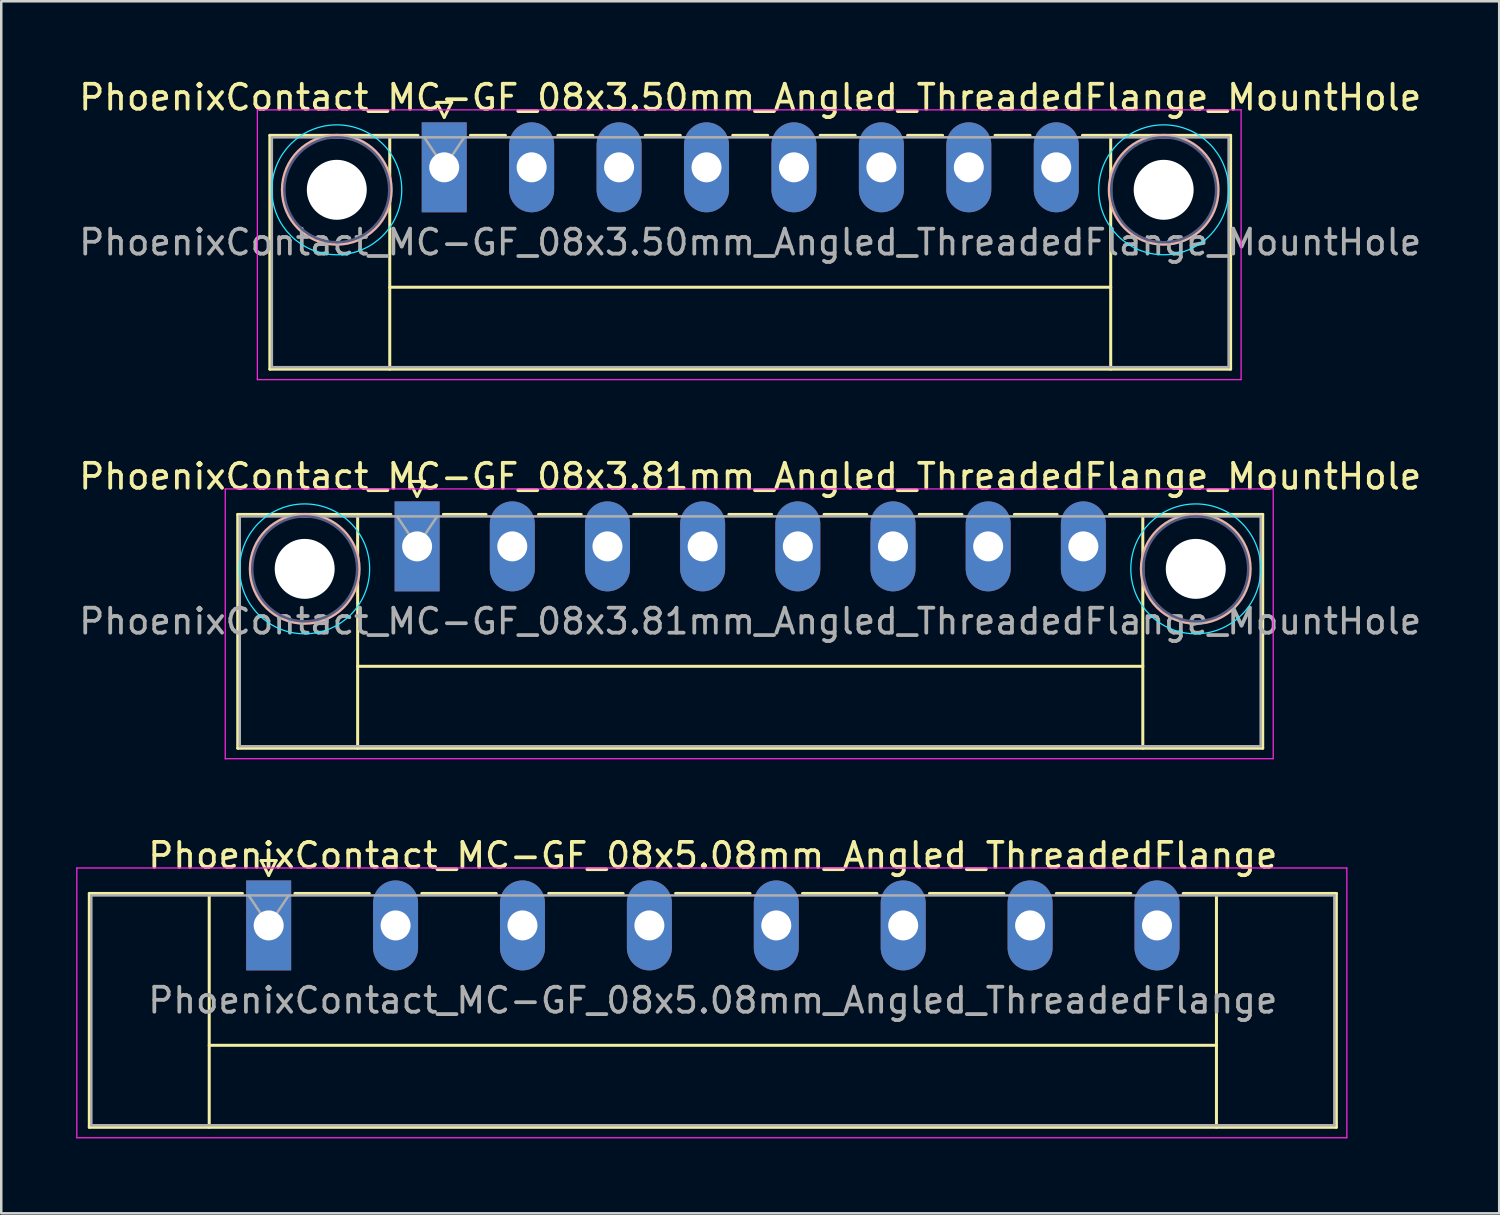
<source format=kicad_pcb>
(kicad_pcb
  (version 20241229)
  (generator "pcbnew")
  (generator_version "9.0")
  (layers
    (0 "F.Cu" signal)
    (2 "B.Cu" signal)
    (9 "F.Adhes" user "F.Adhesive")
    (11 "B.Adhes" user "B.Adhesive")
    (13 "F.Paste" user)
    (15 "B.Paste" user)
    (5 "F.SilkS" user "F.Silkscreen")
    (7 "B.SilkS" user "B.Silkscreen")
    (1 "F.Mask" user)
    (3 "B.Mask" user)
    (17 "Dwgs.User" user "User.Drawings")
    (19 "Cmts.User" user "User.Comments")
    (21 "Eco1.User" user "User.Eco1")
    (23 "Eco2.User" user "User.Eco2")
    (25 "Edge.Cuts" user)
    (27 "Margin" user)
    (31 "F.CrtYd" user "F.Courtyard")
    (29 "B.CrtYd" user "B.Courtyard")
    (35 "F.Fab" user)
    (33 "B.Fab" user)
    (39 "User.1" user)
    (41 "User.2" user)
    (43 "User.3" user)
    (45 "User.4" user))
  (footprint "PhoenixContact_MC-GF_08x3.50mm_Angled_ThreadedFlange_MountHole"
    (layer "F.Cu")
    (at 14.732 3.648)
    (property "Reference" "PhoenixContact_MC-GF_08x3.50mm_Angled_ThreadedFlange_MountHole" (at 12.25 -2.8 0) (layer "F.SilkS") (effects (font (size 1 1) (thickness 0.15))))
    (attr through_hole)
    (fp_line (start -6.98 -1.28) (end -6.98 8.08) (stroke (width 0.12) (type solid)) (layer "F.SilkS"))
    (fp_line (start -6.98 -1.28) (end -1.05 -1.28) (stroke (width 0.12) (type solid)) (layer "F.SilkS"))
    (fp_line (start -6.98 8.08) (end 31.48 8.08) (stroke (width 0.12) (type solid)) (layer "F.SilkS"))
    (fp_line (start -2.18 -1.28) (end -2.18 8.08) (stroke (width 0.12) (type solid)) (layer "F.SilkS"))
    (fp_line (start -2.18 4.8) (end 26.68 4.8) (stroke (width 0.12) (type solid)) (layer "F.SilkS"))
    (fp_line (start -0.3 -2.6) (end 0.3 -2.6) (stroke (width 0.12) (type solid)) (layer "F.SilkS"))
    (fp_line (start 0 -2) (end -0.3 -2.6) (stroke (width 0.12) (type solid)) (layer "F.SilkS"))
    (fp_line (start 0.3 -2.6) (end 0 -2) (stroke (width 0.12) (type solid)) (layer "F.SilkS"))
    (fp_line (start 1.05 -1.28) (end 2.45 -1.28) (stroke (width 0.12) (type solid)) (layer "F.SilkS"))
    (fp_line (start 4.55 -1.28) (end 5.95 -1.28) (stroke (width 0.12) (type solid)) (layer "F.SilkS"))
    (fp_line (start 8.05 -1.28) (end 9.45 -1.28) (stroke (width 0.12) (type solid)) (layer "F.SilkS"))
    (fp_line (start 11.55 -1.28) (end 12.95 -1.28) (stroke (width 0.12) (type solid)) (layer "F.SilkS"))
    (fp_line (start 15.05 -1.28) (end 16.45 -1.28) (stroke (width 0.12) (type solid)) (layer "F.SilkS"))
    (fp_line (start 18.55 -1.28) (end 19.95 -1.28) (stroke (width 0.12) (type solid)) (layer "F.SilkS"))
    (fp_line (start 22.05 -1.28) (end 23.45 -1.28) (stroke (width 0.12) (type solid)) (layer "F.SilkS"))
    (fp_line (start 26.68 -1.28) (end 26.68 8.08) (stroke (width 0.12) (type solid)) (layer "F.SilkS"))
    (fp_line (start 31.48 -1.28) (end 25.55 -1.28) (stroke (width 0.12) (type solid)) (layer "F.SilkS"))
    (fp_line (start 31.48 8.08) (end 31.48 -1.28) (stroke (width 0.12) (type solid)) (layer "F.SilkS"))
    (fp_circle (center -4.3 0.9) (end -2.12 0.9) (stroke (width 0.12) (type solid)) (fill no) (layer "B.SilkS"))
    (fp_circle (center 28.8 0.9) (end 30.98 0.9) (stroke (width 0.12) (type solid)) (fill no) (layer "B.SilkS"))
    (fp_circle (center -4.3 0.9) (end -1.7 0.9) (stroke (width 0.05) (type solid)) (fill no) (layer "B.CrtYd"))
    (fp_circle (center 28.8 0.9) (end 31.4 0.9) (stroke (width 0.05) (type solid)) (fill no) (layer "B.CrtYd"))
    (fp_line (start -7.48 -2.3) (end -7.48 8.5) (stroke (width 0.05) (type solid)) (layer "F.CrtYd"))
    (fp_line (start -7.48 8.5) (end 31.9 8.5) (stroke (width 0.05) (type solid)) (layer "F.CrtYd"))
    (fp_line (start 31.9 -2.3) (end -7.48 -2.3) (stroke (width 0.05) (type solid)) (layer "F.CrtYd"))
    (fp_line (start 31.9 8.5) (end 31.9 -2.3) (stroke (width 0.05) (type solid)) (layer "F.CrtYd"))
    (fp_circle (center -4.3 0.9) (end -2.2 0.9) (stroke (width 0.1) (type solid)) (fill no) (layer "B.Fab"))
    (fp_circle (center 28.8 0.9) (end 30.9 0.9) (stroke (width 0.1) (type solid)) (fill no) (layer "B.Fab"))
    (fp_line (start -6.9 -1.2) (end -6.9 8) (stroke (width 0.1) (type solid)) (layer "F.Fab"))
    (fp_line (start -6.9 8) (end 31.4 8) (stroke (width 0.1) (type solid)) (layer "F.Fab"))
    (fp_line (start 0 0) (end -0.8 -1.2) (stroke (width 0.1) (type solid)) (layer "F.Fab"))
    (fp_line (start 0.8 -1.2) (end 0 0) (stroke (width 0.1) (type solid)) (layer "F.Fab"))
    (fp_line (start 31.4 -1.2) (end -6.9 -1.2) (stroke (width 0.1) (type solid)) (layer "F.Fab"))
    (fp_line (start 31.4 8) (end 31.4 -1.2) (stroke (width 0.1) (type solid)) (layer "F.Fab"))
    (fp_text user "${REFERENCE}" (at 12.25 3 0) (layer "F.Fab") (effects (font (size 1 1) (thickness 0.15))))
    (pad "" np_thru_hole circle (at -4.3 0.9) (size 2.4 2.4) (drill 2.4) (layers "*.Cu" "*.Mask"))
    (pad "" np_thru_hole circle (at 28.8 0.9) (size 2.4 2.4) (drill 2.4) (layers "*.Cu" "*.Mask"))
    (pad "1" thru_hole rect (at 0 0) (size 1.8 3.6) (drill 1.2) (layers "*.Cu" "*.Mask"))
    (pad "2" thru_hole oval (at 3.5 0) (size 1.8 3.6) (drill 1.2) (layers "*.Cu" "*.Mask"))
    (pad "3" thru_hole oval (at 7 0) (size 1.8 3.6) (drill 1.2) (layers "*.Cu" "*.Mask"))
    (pad "4" thru_hole oval (at 10.5 0) (size 1.8 3.6) (drill 1.2) (layers "*.Cu" "*.Mask"))
    (pad "5" thru_hole oval (at 14 0) (size 1.8 3.6) (drill 1.2) (layers "*.Cu" "*.Mask"))
    (pad "6" thru_hole oval (at 17.5 0) (size 1.8 3.6) (drill 1.2) (layers "*.Cu" "*.Mask"))
    (pad "7" thru_hole oval (at 21 0) (size 1.8 3.6) (drill 1.2) (layers "*.Cu" "*.Mask"))
    (pad "8" thru_hole oval (at 24.5 0) (size 1.8 3.6) (drill 1.2) (layers "*.Cu" "*.Mask")))
  (footprint "PhoenixContact_MC-GF_08x5.08mm_Angled_ThreadedFlange"
    (layer "F.Cu")
    (at 7.705 33.995)
    (property "Reference" "PhoenixContact_MC-GF_08x5.08mm_Angled_ThreadedFlange" (at 17.78 -2.8 0) (layer "F.SilkS") (effects (font (size 1 1) (thickness 0.15))))
    (attr through_hole)
    (fp_line (start -7.18 -1.28) (end -7.18 8.08) (stroke (width 0.12) (type solid)) (layer "F.SilkS"))
    (fp_line (start -7.18 -1.28) (end -1.05 -1.28) (stroke (width 0.12) (type solid)) (layer "F.SilkS"))
    (fp_line (start -7.18 8.08) (end 42.74 8.08) (stroke (width 0.12) (type solid)) (layer "F.SilkS"))
    (fp_line (start -2.38 -1.28) (end -2.38 8.08) (stroke (width 0.12) (type solid)) (layer "F.SilkS"))
    (fp_line (start -2.38 4.8) (end 37.94 4.8) (stroke (width 0.12) (type solid)) (layer "F.SilkS"))
    (fp_line (start -0.3 -2.6) (end 0.3 -2.6) (stroke (width 0.12) (type solid)) (layer "F.SilkS"))
    (fp_line (start 0 -2) (end -0.3 -2.6) (stroke (width 0.12) (type solid)) (layer "F.SilkS"))
    (fp_line (start 0.3 -2.6) (end 0 -2) (stroke (width 0.12) (type solid)) (layer "F.SilkS"))
    (fp_line (start 1.05 -1.28) (end 4.03 -1.28) (stroke (width 0.12) (type solid)) (layer "F.SilkS"))
    (fp_line (start 6.13 -1.28) (end 9.11 -1.28) (stroke (width 0.12) (type solid)) (layer "F.SilkS"))
    (fp_line (start 11.21 -1.28) (end 14.19 -1.28) (stroke (width 0.12) (type solid)) (layer "F.SilkS"))
    (fp_line (start 16.29 -1.28) (end 19.27 -1.28) (stroke (width 0.12) (type solid)) (layer "F.SilkS"))
    (fp_line (start 21.37 -1.28) (end 24.35 -1.28) (stroke (width 0.12) (type solid)) (layer "F.SilkS"))
    (fp_line (start 26.45 -1.28) (end 29.43 -1.28) (stroke (width 0.12) (type solid)) (layer "F.SilkS"))
    (fp_line (start 31.53 -1.28) (end 34.51 -1.28) (stroke (width 0.12) (type solid)) (layer "F.SilkS"))
    (fp_line (start 37.94 -1.28) (end 37.94 8.08) (stroke (width 0.12) (type solid)) (layer "F.SilkS"))
    (fp_line (start 42.74 -1.28) (end 36.61 -1.28) (stroke (width 0.12) (type solid)) (layer "F.SilkS"))
    (fp_line (start 42.74 8.08) (end 42.74 -1.28) (stroke (width 0.12) (type solid)) (layer "F.SilkS"))
    (fp_line (start -7.68 -2.3) (end -7.68 8.5) (stroke (width 0.05) (type solid)) (layer "F.CrtYd"))
    (fp_line (start -7.68 8.5) (end 43.16 8.5) (stroke (width 0.05) (type solid)) (layer "F.CrtYd"))
    (fp_line (start 43.16 -2.3) (end -7.68 -2.3) (stroke (width 0.05) (type solid)) (layer "F.CrtYd"))
    (fp_line (start 43.16 8.5) (end 43.16 -2.3) (stroke (width 0.05) (type solid)) (layer "F.CrtYd"))
    (fp_line (start -7.1 -1.2) (end -7.1 8) (stroke (width 0.1) (type solid)) (layer "F.Fab"))
    (fp_line (start -7.1 8) (end 42.66 8) (stroke (width 0.1) (type solid)) (layer "F.Fab"))
    (fp_line (start 0 0) (end -0.8 -1.2) (stroke (width 0.1) (type solid)) (layer "F.Fab"))
    (fp_line (start 0.8 -1.2) (end 0 0) (stroke (width 0.1) (type solid)) (layer "F.Fab"))
    (fp_line (start 42.66 -1.2) (end -7.1 -1.2) (stroke (width 0.1) (type solid)) (layer "F.Fab"))
    (fp_line (start 42.66 8) (end 42.66 -1.2) (stroke (width 0.1) (type solid)) (layer "F.Fab"))
    (fp_text user "${REFERENCE}" (at 17.78 3 0) (layer "F.Fab") (effects (font (size 1 1) (thickness 0.15))))
    (pad "1" thru_hole rect (at 0 0) (size 1.8 3.6) (drill 1.2) (layers "*.Cu" "*.Mask"))
    (pad "2" thru_hole oval (at 5.08 0) (size 1.8 3.6) (drill 1.2) (layers "*.Cu" "*.Mask"))
    (pad "3" thru_hole oval (at 10.16 0) (size 1.8 3.6) (drill 1.2) (layers "*.Cu" "*.Mask"))
    (pad "4" thru_hole oval (at 15.24 0) (size 1.8 3.6) (drill 1.2) (layers "*.Cu" "*.Mask"))
    (pad "5" thru_hole oval (at 20.32 0) (size 1.8 3.6) (drill 1.2) (layers "*.Cu" "*.Mask"))
    (pad "6" thru_hole oval (at 25.4 0) (size 1.8 3.6) (drill 1.2) (layers "*.Cu" "*.Mask"))
    (pad "7" thru_hole oval (at 30.48 0) (size 1.8 3.6) (drill 1.2) (layers "*.Cu" "*.Mask"))
    (pad "8" thru_hole oval (at 35.56 0) (size 1.8 3.6) (drill 1.2) (layers "*.Cu" "*.Mask")))
  (footprint "PhoenixContact_MC-GF_08x3.81mm_Angled_ThreadedFlange_MountHole"
    (layer "F.Cu")
    (at 13.647 18.822)
    (property "Reference" "PhoenixContact_MC-GF_08x3.81mm_Angled_ThreadedFlange_MountHole" (at 13.335 -2.8 0) (layer "F.SilkS") (effects (font (size 1 1) (thickness 0.15))))
    (attr through_hole)
    (fp_line (start -7.18 -1.28) (end -7.18 8.08) (stroke (width 0.12) (type solid)) (layer "F.SilkS"))
    (fp_line (start -7.18 -1.28) (end -1.05 -1.28) (stroke (width 0.12) (type solid)) (layer "F.SilkS"))
    (fp_line (start -7.18 8.08) (end 33.85 8.08) (stroke (width 0.12) (type solid)) (layer "F.SilkS"))
    (fp_line (start -2.38 -1.28) (end -2.38 8.08) (stroke (width 0.12) (type solid)) (layer "F.SilkS"))
    (fp_line (start -2.38 4.8) (end 29.05 4.8) (stroke (width 0.12) (type solid)) (layer "F.SilkS"))
    (fp_line (start -0.3 -2.6) (end 0.3 -2.6) (stroke (width 0.12) (type solid)) (layer "F.SilkS"))
    (fp_line (start 0 -2) (end -0.3 -2.6) (stroke (width 0.12) (type solid)) (layer "F.SilkS"))
    (fp_line (start 0.3 -2.6) (end 0 -2) (stroke (width 0.12) (type solid)) (layer "F.SilkS"))
    (fp_line (start 1.05 -1.28) (end 2.76 -1.28) (stroke (width 0.12) (type solid)) (layer "F.SilkS"))
    (fp_line (start 4.86 -1.28) (end 6.57 -1.28) (stroke (width 0.12) (type solid)) (layer "F.SilkS"))
    (fp_line (start 8.67 -1.28) (end 10.38 -1.28) (stroke (width 0.12) (type solid)) (layer "F.SilkS"))
    (fp_line (start 12.48 -1.28) (end 14.19 -1.28) (stroke (width 0.12) (type solid)) (layer "F.SilkS"))
    (fp_line (start 16.29 -1.28) (end 18 -1.28) (stroke (width 0.12) (type solid)) (layer "F.SilkS"))
    (fp_line (start 20.1 -1.28) (end 21.81 -1.28) (stroke (width 0.12) (type solid)) (layer "F.SilkS"))
    (fp_line (start 23.91 -1.28) (end 25.62 -1.28) (stroke (width 0.12) (type solid)) (layer "F.SilkS"))
    (fp_line (start 29.05 -1.28) (end 29.05 8.08) (stroke (width 0.12) (type solid)) (layer "F.SilkS"))
    (fp_line (start 33.85 -1.28) (end 27.72 -1.28) (stroke (width 0.12) (type solid)) (layer "F.SilkS"))
    (fp_line (start 33.85 8.08) (end 33.85 -1.28) (stroke (width 0.12) (type solid)) (layer "F.SilkS"))
    (fp_circle (center -4.5 0.9) (end -2.32 0.9) (stroke (width 0.12) (type solid)) (fill no) (layer "B.SilkS"))
    (fp_circle (center 31.17 0.9) (end 33.35 0.9) (stroke (width 0.12) (type solid)) (fill no) (layer "B.SilkS"))
    (fp_circle (center -4.5 0.9) (end -1.9 0.9) (stroke (width 0.05) (type solid)) (fill no) (layer "B.CrtYd"))
    (fp_circle (center 31.17 0.9) (end 33.77 0.9) (stroke (width 0.05) (type solid)) (fill no) (layer "B.CrtYd"))
    (fp_line (start -7.68 -2.3) (end -7.68 8.5) (stroke (width 0.05) (type solid)) (layer "F.CrtYd"))
    (fp_line (start -7.68 8.5) (end 34.27 8.5) (stroke (width 0.05) (type solid)) (layer "F.CrtYd"))
    (fp_line (start 34.27 -2.3) (end -7.68 -2.3) (stroke (width 0.05) (type solid)) (layer "F.CrtYd"))
    (fp_line (start 34.27 8.5) (end 34.27 -2.3) (stroke (width 0.05) (type solid)) (layer "F.CrtYd"))
    (fp_circle (center -4.5 0.9) (end -2.4 0.9) (stroke (width 0.1) (type solid)) (fill no) (layer "B.Fab"))
    (fp_circle (center 31.17 0.9) (end 33.27 0.9) (stroke (width 0.1) (type solid)) (fill no) (layer "B.Fab"))
    (fp_line (start -7.1 -1.2) (end -7.1 8) (stroke (width 0.1) (type solid)) (layer "F.Fab"))
    (fp_line (start -7.1 8) (end 33.77 8) (stroke (width 0.1) (type solid)) (layer "F.Fab"))
    (fp_line (start 0 0) (end -0.8 -1.2) (stroke (width 0.1) (type solid)) (layer "F.Fab"))
    (fp_line (start 0.8 -1.2) (end 0 0) (stroke (width 0.1) (type solid)) (layer "F.Fab"))
    (fp_line (start 33.77 -1.2) (end -7.1 -1.2) (stroke (width 0.1) (type solid)) (layer "F.Fab"))
    (fp_line (start 33.77 8) (end 33.77 -1.2) (stroke (width 0.1) (type solid)) (layer "F.Fab"))
    (fp_text user "${REFERENCE}" (at 13.335 3 0) (layer "F.Fab") (effects (font (size 1 1) (thickness 0.15))))
    (pad "" np_thru_hole circle (at -4.5 0.9) (size 2.4 2.4) (drill 2.4) (layers "*.Cu" "*.Mask"))
    (pad "" np_thru_hole circle (at 31.17 0.9) (size 2.4 2.4) (drill 2.4) (layers "*.Cu" "*.Mask"))
    (pad "1" thru_hole rect (at 0 0) (size 1.8 3.6) (drill 1.2) (layers "*.Cu" "*.Mask"))
    (pad "2" thru_hole oval (at 3.81 0) (size 1.8 3.6) (drill 1.2) (layers "*.Cu" "*.Mask"))
    (pad "3" thru_hole oval (at 7.62 0) (size 1.8 3.6) (drill 1.2) (layers "*.Cu" "*.Mask"))
    (pad "4" thru_hole oval (at 11.43 0) (size 1.8 3.6) (drill 1.2) (layers "*.Cu" "*.Mask"))
    (pad "5" thru_hole oval (at 15.24 0) (size 1.8 3.6) (drill 1.2) (layers "*.Cu" "*.Mask"))
    (pad "6" thru_hole oval (at 19.05 0) (size 1.8 3.6) (drill 1.2) (layers "*.Cu" "*.Mask"))
    (pad "7" thru_hole oval (at 22.86 0) (size 1.8 3.6) (drill 1.2) (layers "*.Cu" "*.Mask"))
    (pad "8" thru_hole oval (at 26.67 0) (size 1.8 3.6) (drill 1.2) (layers "*.Cu" "*.Mask")))
  (gr_rect
    (start -3 -3)
    (end 56.964 45.52)
    (stroke (width 0.1) (type default))
    (fill no)
    (layer "Edge.Cuts")))
</source>
